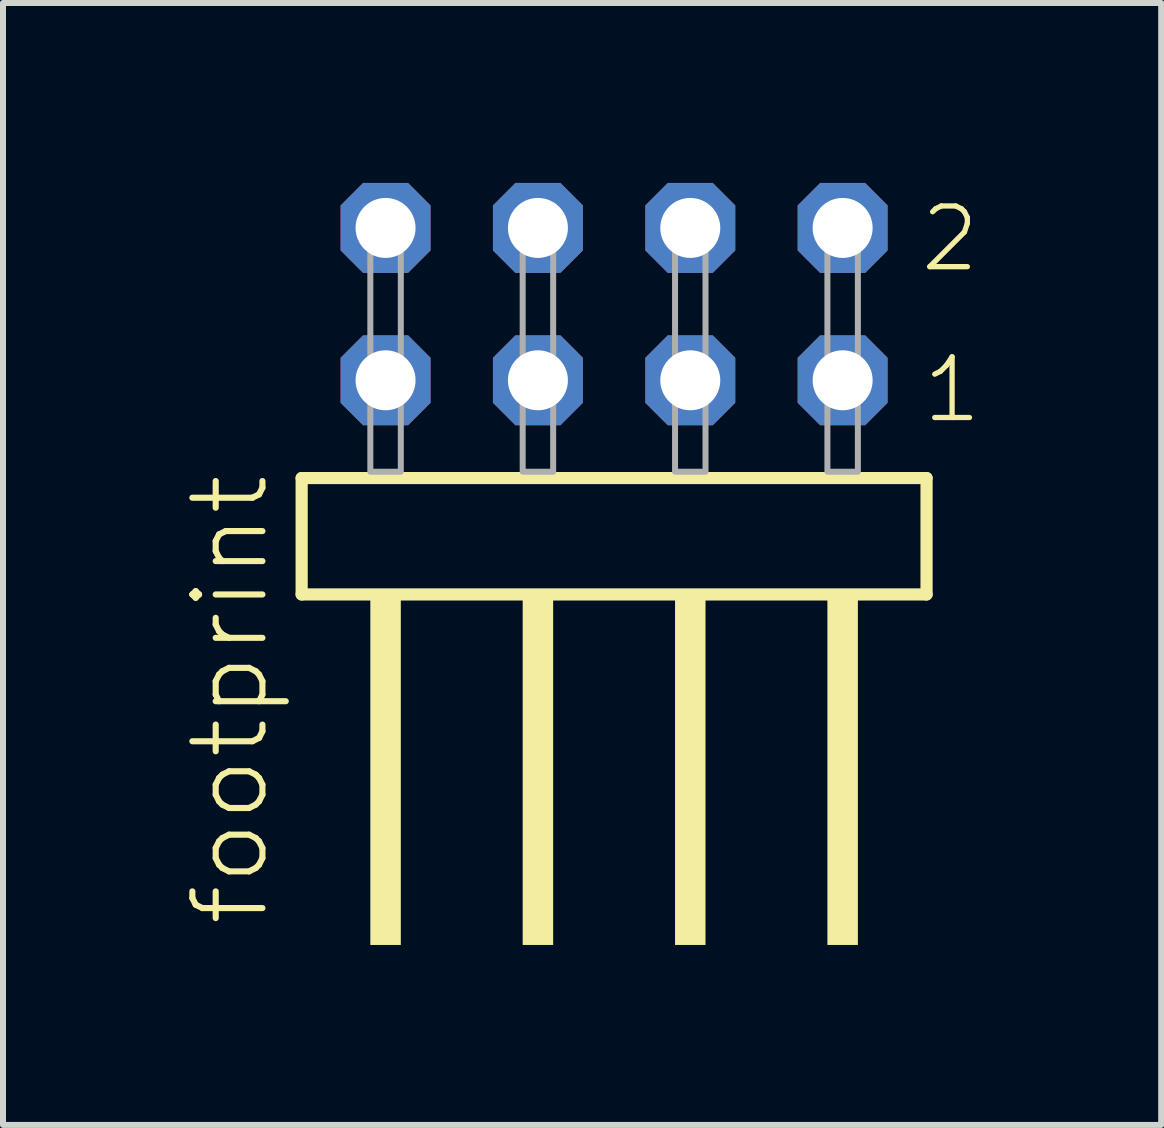
<source format=kicad_pcb>
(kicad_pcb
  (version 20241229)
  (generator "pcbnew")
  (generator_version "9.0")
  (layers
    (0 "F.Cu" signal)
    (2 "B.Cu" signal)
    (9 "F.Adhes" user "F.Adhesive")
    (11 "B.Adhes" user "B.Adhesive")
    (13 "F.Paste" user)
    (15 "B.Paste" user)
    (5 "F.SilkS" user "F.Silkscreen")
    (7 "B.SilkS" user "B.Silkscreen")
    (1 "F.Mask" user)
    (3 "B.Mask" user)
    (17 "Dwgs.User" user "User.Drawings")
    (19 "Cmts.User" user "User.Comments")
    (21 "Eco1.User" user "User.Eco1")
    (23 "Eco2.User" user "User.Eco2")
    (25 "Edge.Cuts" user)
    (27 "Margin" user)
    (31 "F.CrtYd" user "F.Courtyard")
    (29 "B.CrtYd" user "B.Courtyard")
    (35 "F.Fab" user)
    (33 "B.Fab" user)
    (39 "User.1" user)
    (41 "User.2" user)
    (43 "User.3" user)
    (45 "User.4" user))
  (footprint "footprint"
    (layer "F.Cu")
    (at 7.188 4.814)
    (property "Reference" "footprint" (at -5.715 7.62 90) (layer "F.SilkS") (effects (font (size 1.168 1.168) (thickness 0.102)) (justify left bottom)))
    (fp_line (start -5.209 0.106) (end -5.209 2.046) (stroke (width 0.203) (type solid)) (layer "F.SilkS"))
    (fp_line (start -5.209 2.046) (end 5.209 2.046) (stroke (width 0.203) (type solid)) (layer "F.SilkS"))
    (fp_line (start 5.209 0.106) (end -5.209 0.106) (stroke (width 0.203) (type solid)) (layer "F.SilkS"))
    (fp_line (start 5.209 2.046) (end 5.209 0.106) (stroke (width 0.203) (type solid)) (layer "F.SilkS"))
    (fp_poly (pts (xy -4.064 7.89) (xy -3.556 7.89) (xy -3.556 2.04) (xy -4.064 2.04)) (stroke (width 0) (type solid)) (fill yes) (layer "F.SilkS"))
    (fp_poly (pts (xy -1.524 7.89) (xy -1.016 7.89) (xy -1.016 2.04) (xy -1.524 2.04)) (stroke (width 0) (type solid)) (fill yes) (layer "F.SilkS"))
    (fp_poly (pts (xy 1.016 7.89) (xy 1.524 7.89) (xy 1.524 2.04) (xy 1.016 2.04)) (stroke (width 0) (type solid)) (fill yes) (layer "F.SilkS"))
    (fp_poly (pts (xy 3.556 7.89) (xy 4.064 7.89) (xy 4.064 2.04) (xy 3.556 2.04)) (stroke (width 0) (type solid)) (fill yes) (layer "F.SilkS"))
    (fp_poly (pts (xy -4.064 0) (xy -3.556 0) (xy -3.556 -4.318) (xy -4.064 -4.318)) (stroke (width 0.1) (type solid)) (fill no) (layer "F.Fab"))
    (fp_poly (pts (xy -1.524 0) (xy -1.016 0) (xy -1.016 -4.318) (xy -1.524 -4.318)) (stroke (width 0.1) (type solid)) (fill no) (layer "F.Fab"))
    (fp_poly (pts (xy 1.016 0) (xy 1.524 0) (xy 1.524 -4.318) (xy 1.016 -4.318)) (stroke (width 0.1) (type solid)) (fill no) (layer "F.Fab"))
    (fp_poly (pts (xy 3.556 0) (xy 4.064 0) (xy 4.064 -4.318) (xy 3.556 -4.318)) (stroke (width 0.1) (type solid)) (fill no) (layer "F.Fab"))
    (fp_text user "2" (at 5.06 -3.29 0) (layer "F.SilkS") (effects (font (size 1.012 1.012) (thickness 0.088)) (justify left bottom)))
    (fp_text user "1" (at 5.095 -0.775 0) (layer "F.SilkS") (effects (font (size 1.012 1.012) (thickness 0.088)) (justify left bottom)))
    (pad "1" thru_hole roundrect (at 3.81 -1.524 180) (size 1.5 1.5) (drill 1) (layers "*.Cu" "*.Mask") (roundrect_rratio 0.25) (chamfer_ratio 0.25) (chamfer top_left top_right bottom_left bottom_right))
    (pad "2" thru_hole roundrect (at 3.81 -4.064 180) (size 1.5 1.5) (drill 1) (layers "*.Cu" "*.Mask") (roundrect_rratio 0.25) (chamfer_ratio 0.25) (chamfer top_left top_right bottom_left bottom_right))
    (pad "3" thru_hole roundrect (at 1.27 -1.524 180) (size 1.5 1.5) (drill 1) (layers "*.Cu" "*.Mask") (roundrect_rratio 0.25) (chamfer_ratio 0.25) (chamfer top_left top_right bottom_left bottom_right))
    (pad "4" thru_hole roundrect (at 1.27 -4.064 180) (size 1.5 1.5) (drill 1) (layers "*.Cu" "*.Mask") (roundrect_rratio 0.25) (chamfer_ratio 0.25) (chamfer top_left top_right bottom_left bottom_right))
    (pad "5" thru_hole roundrect (at -1.27 -1.524 180) (size 1.5 1.5) (drill 1) (layers "*.Cu" "*.Mask") (roundrect_rratio 0.25) (chamfer_ratio 0.25) (chamfer top_left top_right bottom_left bottom_right))
    (pad "6" thru_hole roundrect (at -1.27 -4.064 180) (size 1.5 1.5) (drill 1) (layers "*.Cu" "*.Mask") (roundrect_rratio 0.25) (chamfer_ratio 0.25) (chamfer top_left top_right bottom_left bottom_right))
    (pad "7" thru_hole roundrect (at -3.81 -1.524 180) (size 1.5 1.5) (drill 1) (layers "*.Cu" "*.Mask") (roundrect_rratio 0.25) (chamfer_ratio 0.25) (chamfer top_left top_right bottom_left bottom_right))
    (pad "8" thru_hole roundrect (at -3.81 -4.064 180) (size 1.5 1.5) (drill 1) (layers "*.Cu" "*.Mask") (roundrect_rratio 0.25) (chamfer_ratio 0.25) (chamfer top_left top_right bottom_left bottom_right)))
  (gr_rect
    (start -3 -3)
    (end 16.309 15.704)
    (stroke (width 0.1) (type default))
    (fill no)
    (layer "Edge.Cuts")))
</source>
